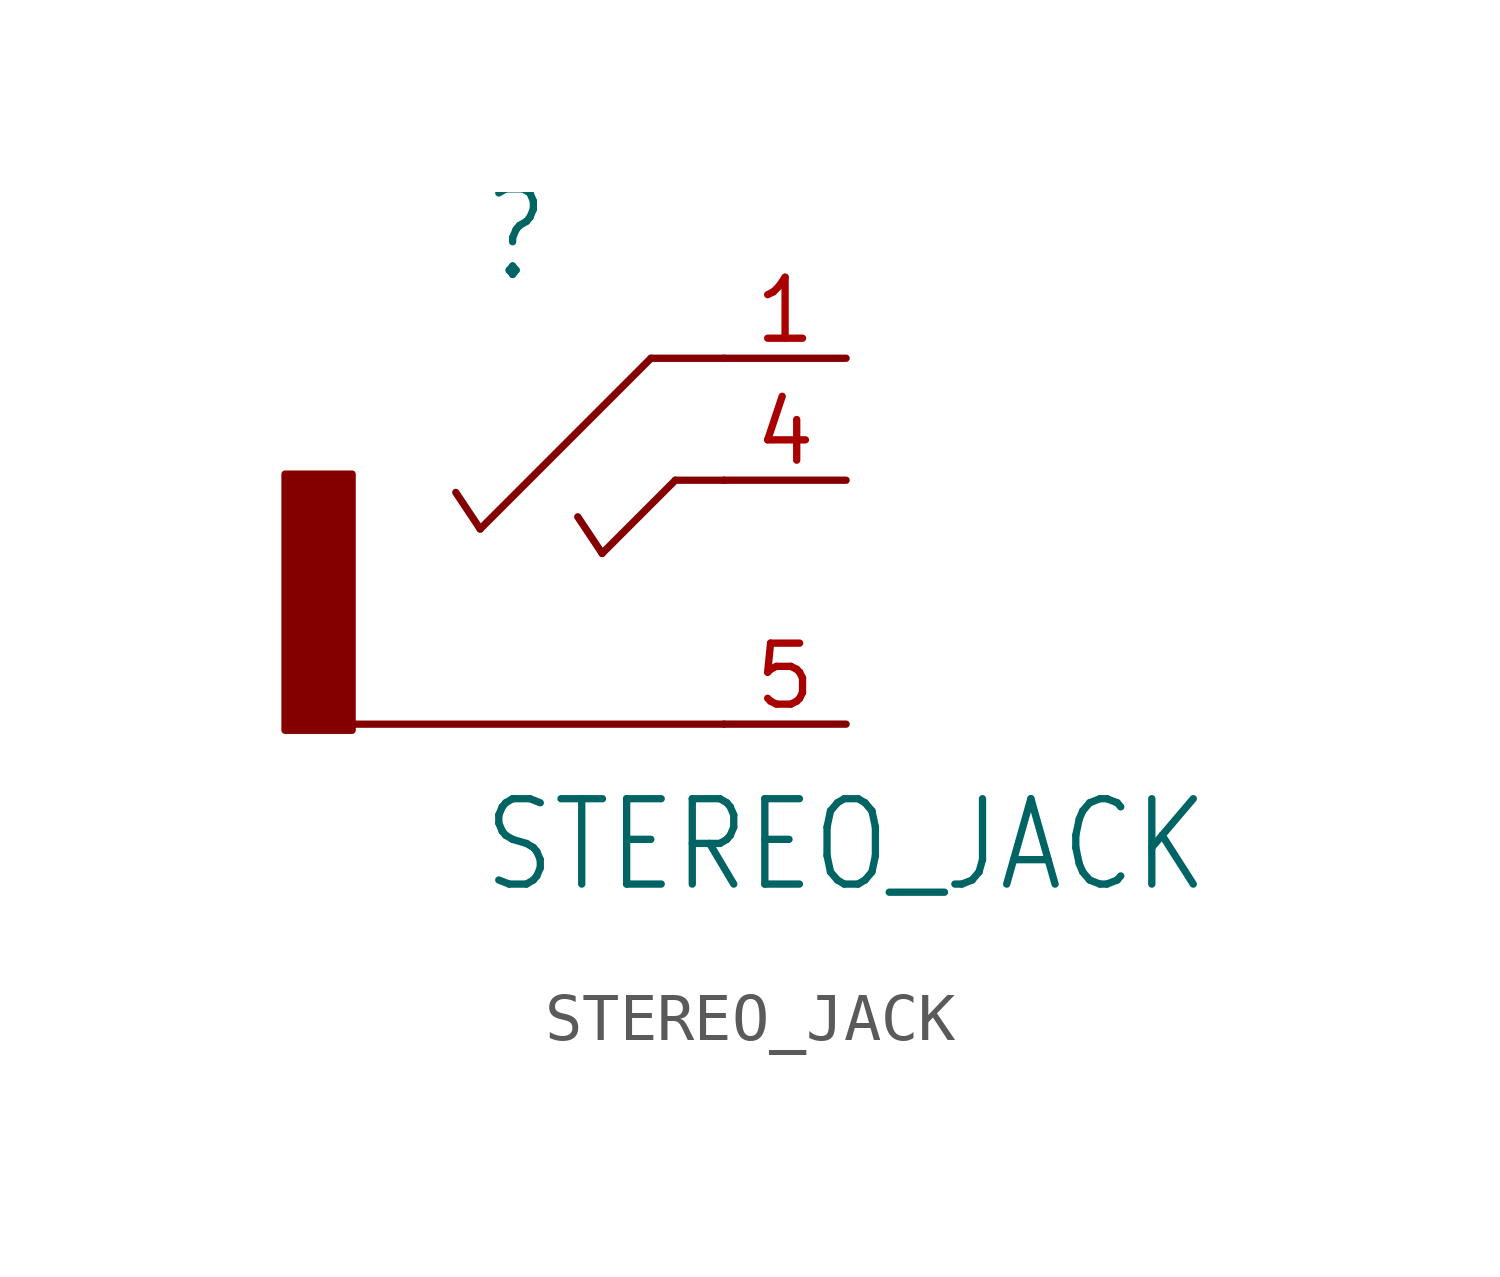
<source format=kicad_sym>
(kicad_symbol_lib
  (version 20211014)
  (generator kicad_symbol_editor)
  (symbol "STEREO_JACK"
    (property "Reference" ""
      (at -2.54 6.604 0)
      (effects (font (size 1.778 1.511)) (justify left bottom)))
    (property "Value" "STEREO_JACK"
      (at -2.54 -6.096 0)
      (effects (font (size 1.778 1.511)) (justify left bottom)))
    (property "ki_locked" ""
      (at 0 0 0)
      (effects (font (size 1.27 1.27))))
    (symbol "STEREO_JACK_1_0"
      (rectangle (start -5.207 2.667) (end -6.604 -2.667) (stroke (width 0) (type default) (color 0 0 0 0)) (fill (type outline)))
      (polyline (pts (xy -2.54 1.524) (xy -3.048 2.286)) (stroke (width 0.152) (type default) (color 0 0 0 0)) (fill (type none)))
      (polyline (pts (xy 0 1.016) (xy -0.508 1.778)) (stroke (width 0.152) (type default) (color 0 0 0 0)) (fill (type none)))
      (polyline (pts (xy 1.016 5.08) (xy -2.54 1.524)) (stroke (width 0.152) (type default) (color 0 0 0 0)) (fill (type none)))
      (polyline (pts (xy 1.524 2.54) (xy 0 1.016)) (stroke (width 0.152) (type default) (color 0 0 0 0)) (fill (type none)))
      (polyline (pts (xy 2.54 -2.54) (xy -5.207 -2.54)) (stroke (width 0.152) (type default) (color 0 0 0 0)) (fill (type none)))
      (polyline (pts (xy 2.54 2.54) (xy 1.524 2.54)) (stroke (width 0.152) (type default) (color 0 0 0 0)) (fill (type none)))
      (polyline (pts (xy 2.54 5.08) (xy 1.016 5.08)) (stroke (width 0.152) (type default) (color 0 0 0 0)) (fill (type none)))
      (pin passive line (at 5.08 5.08 180) (length 2.54) (name "1" (effects (font (size 0 0)))) (number "1" (effects (font (size 1.27 1.27)))))
      (pin passive line (at 5.08 2.54 180) (length 2.54) (name "4" (effects (font (size 0 0)))) (number "4" (effects (font (size 1.27 1.27)))))
      (pin passive line (at 5.08 -2.54 180) (length 2.54) (name "5" (effects (font (size 0 0)))) (number "5" (effects (font (size 1.27 1.27))))))))
</source>
